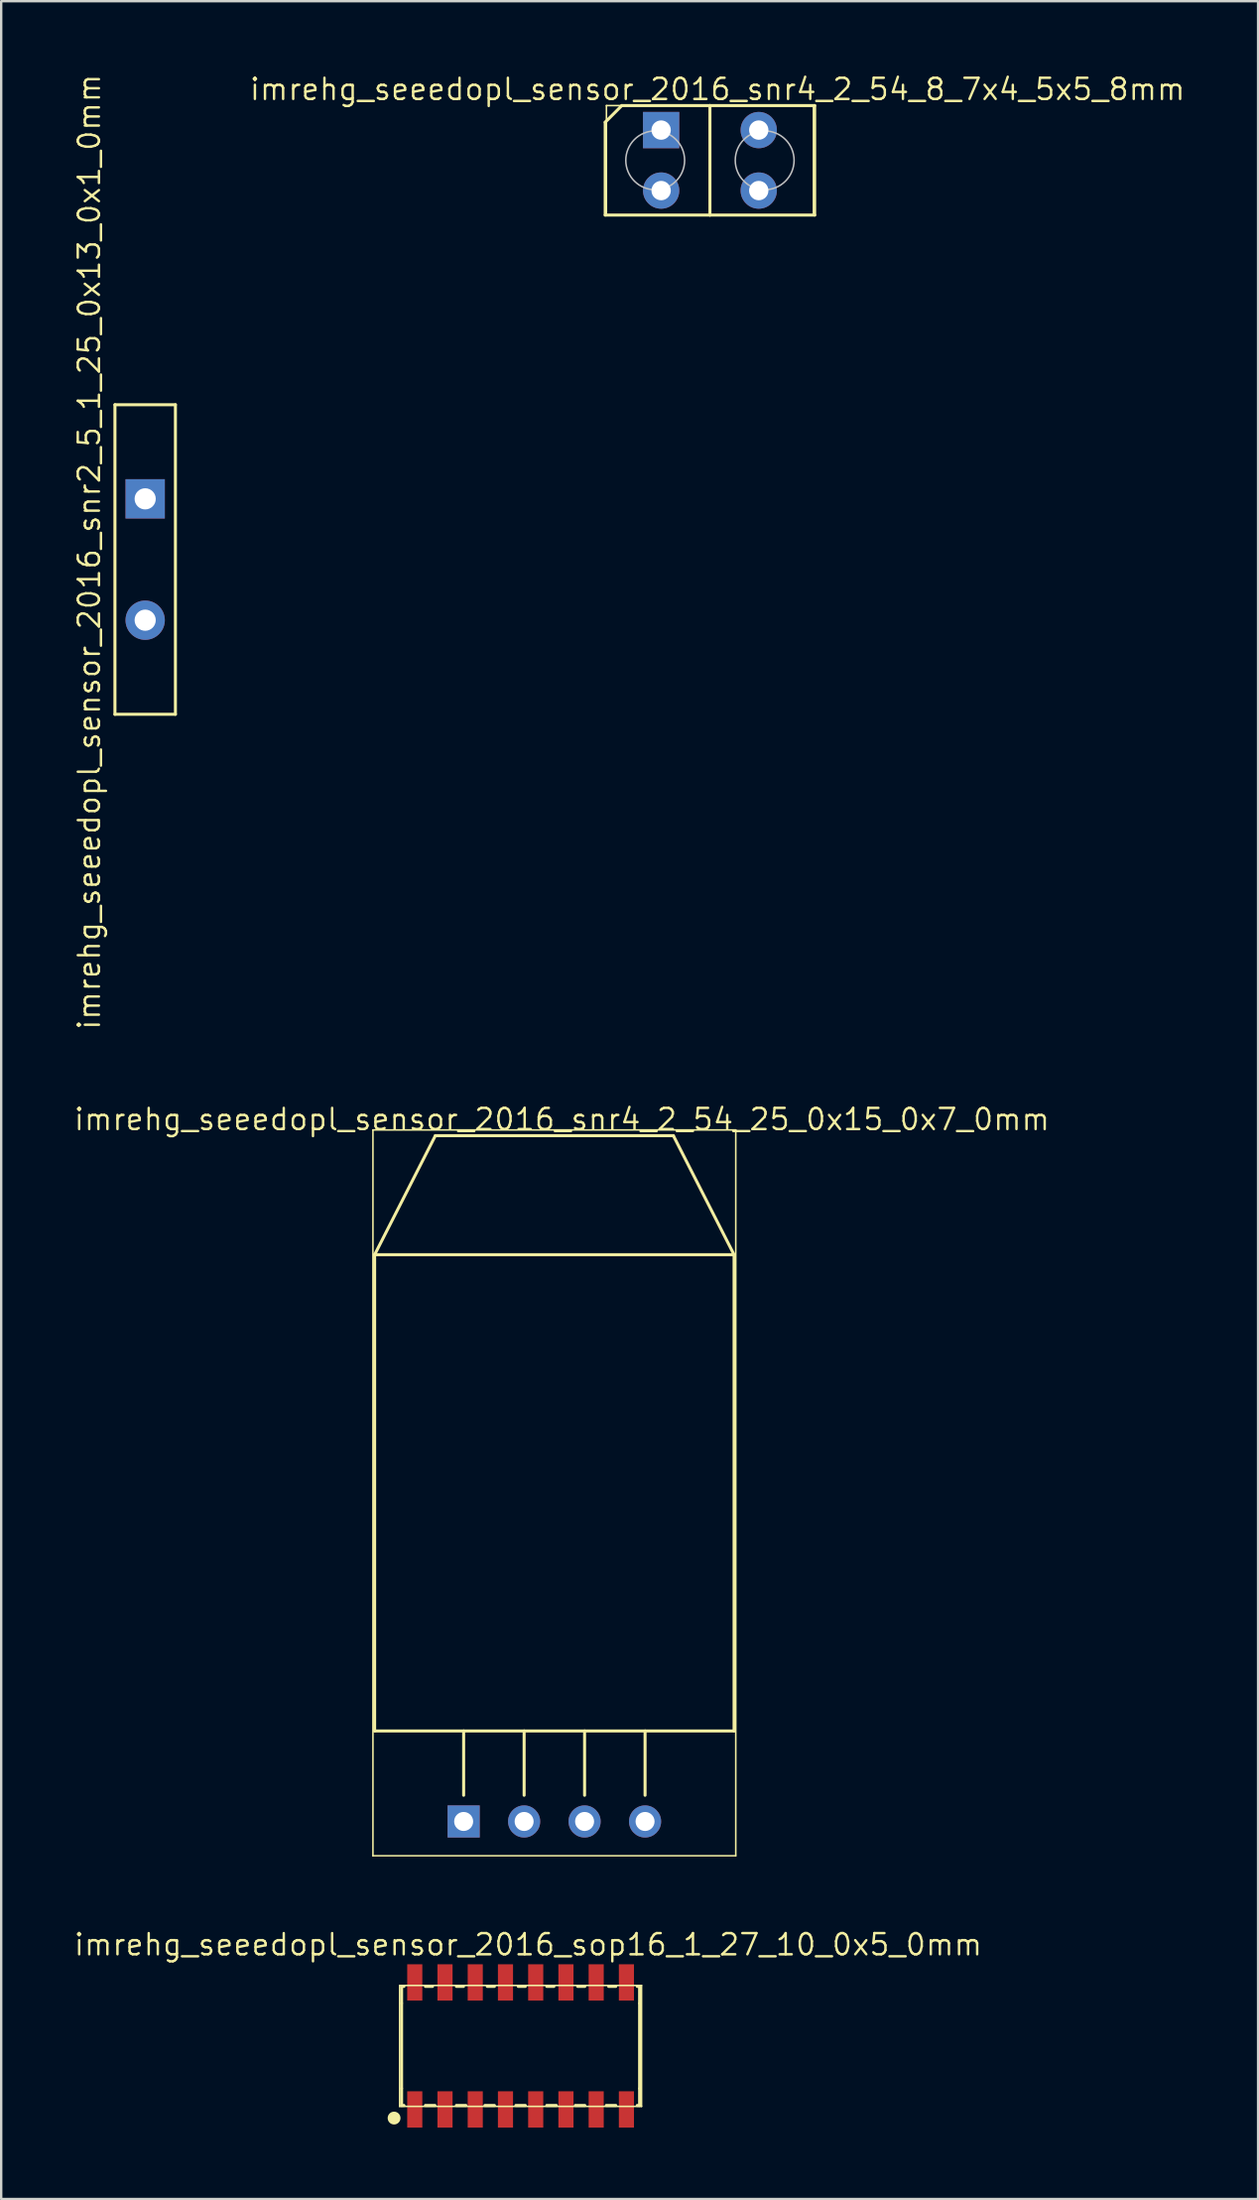
<source format=kicad_pcb>
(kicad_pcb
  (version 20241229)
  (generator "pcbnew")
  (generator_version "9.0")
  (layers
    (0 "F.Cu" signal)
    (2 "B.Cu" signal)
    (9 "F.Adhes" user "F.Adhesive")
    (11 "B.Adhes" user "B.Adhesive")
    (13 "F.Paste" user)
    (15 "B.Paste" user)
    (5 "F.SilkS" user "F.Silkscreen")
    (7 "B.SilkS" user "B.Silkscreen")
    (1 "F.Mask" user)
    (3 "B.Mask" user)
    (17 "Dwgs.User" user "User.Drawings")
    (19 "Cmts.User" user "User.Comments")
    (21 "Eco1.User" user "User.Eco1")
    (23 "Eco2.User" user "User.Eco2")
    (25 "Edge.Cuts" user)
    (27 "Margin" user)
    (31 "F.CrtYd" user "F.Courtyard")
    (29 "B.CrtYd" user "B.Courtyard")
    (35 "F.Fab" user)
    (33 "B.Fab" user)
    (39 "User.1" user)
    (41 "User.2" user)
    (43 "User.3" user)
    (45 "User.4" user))
  (footprint "imrehg_seeedopl_sensor_2016_snr4_2_54_25_0x15_0x7_0mm"
    (layer "F.Cu")
    (at 20.235 59.642)
    (property "Reference" "imrehg_seeedopl_sensor_2016_snr4_2_54_25_0x15_0x7_0mm" (at 0.318 -15.684 0) (layer "F.SilkS") (effects (font (size 0.889 0.889) (thickness 0.102))))
    (attr exclude_from_pos_files exclude_from_bom)
    (fp_line (start -7.62 -15.24) (end 7.62 -15.24) (stroke (width 0.066) (type solid)) (layer "F.SilkS"))
    (fp_line (start -7.62 15.24) (end -7.62 -15.24) (stroke (width 0.066) (type solid)) (layer "F.SilkS"))
    (fp_line (start -7.62 15.24) (end 7.62 15.24) (stroke (width 0.066) (type solid)) (layer "F.SilkS"))
    (fp_line (start -7.549 -10) (end -4.999 -14.999) (stroke (width 0.127) (type solid)) (layer "F.SilkS"))
    (fp_line (start -7.549 -10) (end 7.549 -10) (stroke (width 0.127) (type solid)) (layer "F.SilkS"))
    (fp_line (start -7.549 10) (end -7.549 -10) (stroke (width 0.127) (type solid)) (layer "F.SilkS"))
    (fp_line (start -4.999 -14.999) (end 4.999 -14.999) (stroke (width 0.127) (type solid)) (layer "F.SilkS"))
    (fp_line (start -3.81 10) (end -7.549 10) (stroke (width 0.127) (type solid)) (layer "F.SilkS"))
    (fp_line (start -3.81 12.7) (end -3.81 10) (stroke (width 0.127) (type solid)) (layer "F.SilkS"))
    (fp_line (start -1.27 10) (end -3.81 10) (stroke (width 0.127) (type solid)) (layer "F.SilkS"))
    (fp_line (start -1.27 12.7) (end -1.27 10) (stroke (width 0.127) (type solid)) (layer "F.SilkS"))
    (fp_line (start 1.27 10) (end -1.27 10) (stroke (width 0.127) (type solid)) (layer "F.SilkS"))
    (fp_line (start 1.27 12.7) (end 1.27 10) (stroke (width 0.127) (type solid)) (layer "F.SilkS"))
    (fp_line (start 3.81 10) (end 1.27 10) (stroke (width 0.127) (type solid)) (layer "F.SilkS"))
    (fp_line (start 3.81 12.7) (end 3.81 10) (stroke (width 0.127) (type solid)) (layer "F.SilkS"))
    (fp_line (start 4.999 -14.999) (end 7.549 -10) (stroke (width 0.127) (type solid)) (layer "F.SilkS"))
    (fp_line (start 7.549 -10) (end 7.549 10) (stroke (width 0.127) (type solid)) (layer "F.SilkS"))
    (fp_line (start 7.549 10) (end 3.81 10) (stroke (width 0.127) (type solid)) (layer "F.SilkS"))
    (fp_line (start 7.62 15.24) (end 7.62 -15.24) (stroke (width 0.066) (type solid)) (layer "F.SilkS"))
    (pad "P$1" thru_hole rect (at -3.81 13.8) (size 1.349 1.349) (drill 0.798) (layers "*.Cu" "*.Paste" "*.Mask"))
    (pad "P$2" thru_hole circle (at -1.27 13.8) (size 1.349 1.349) (drill 0.798) (layers "*.Cu" "*.Paste" "*.Mask"))
    (pad "P$3" thru_hole circle (at 1.27 13.8) (size 1.349 1.349) (drill 0.798) (layers "*.Cu" "*.Paste" "*.Mask"))
    (pad "P$4" thru_hole circle (at 3.81 13.8) (size 1.349 1.349) (drill 0.798) (layers "*.Cu" "*.Paste" "*.Mask")))
  (footprint "imrehg_seeedopl_sensor_2016_snr2_5_1_25_0x13_0x1_0mm"
    (layer "F.Cu")
    (at 3.048 20.447)
    (property "Reference" "imrehg_seeedopl_sensor_2016_snr2_5_1_25_0x13_0x1_0mm" (at -2.349 -0.318 90) (layer "F.SilkS") (effects (font (size 0.889 0.889) (thickness 0.102))))
    (attr exclude_from_pos_files exclude_from_bom)
    (fp_line (start -1.27 -6.5) (end 1.27 -6.5) (stroke (width 0.127) (type solid)) (layer "F.SilkS"))
    (fp_line (start -1.27 6.5) (end -1.27 -6.5) (stroke (width 0.127) (type solid)) (layer "F.SilkS"))
    (fp_line (start 1.27 -6.5) (end 1.27 6.5) (stroke (width 0.127) (type solid)) (layer "F.SilkS"))
    (fp_line (start 1.27 6.5) (end -1.27 6.5) (stroke (width 0.127) (type solid)) (layer "F.SilkS"))
    (pad "1" thru_hole rect (at 0 -2.548) (size 1.651 1.651) (drill 0.889) (layers "*.Cu" "*.Paste" "*.Mask"))
    (pad "2" thru_hole circle (at 0 2.548) (size 1.651 1.651) (drill 0.889) (layers "*.Cu" "*.Paste" "*.Mask")))
  (footprint "imrehg_seeedopl_sensor_2016_sop16_1_27_10_0x5_0mm"
    (layer "F.Cu")
    (at 18.817 82.868)
    (property "Reference" "imrehg_seeedopl_sensor_2016_sop16_1_27_10_0x5_0mm" (at 0.318 -4.255 0) (layer "F.SilkS") (effects (font (size 0.889 0.889) (thickness 0.102))))
    (attr smd)
    (fp_line (start -5.08 -2.54) (end 5.08 -2.54) (stroke (width 0.066) (type solid)) (layer "F.SilkS"))
    (fp_line (start -5.08 2.54) (end -5.08 -2.54) (stroke (width 0.066) (type solid)) (layer "F.SilkS"))
    (fp_line (start -5.08 2.54) (end 5.08 2.54) (stroke (width 0.066) (type solid)) (layer "F.SilkS"))
    (fp_line (start -4.999 -2.499) (end -4.9 -2.499) (stroke (width 0.127) (type solid)) (layer "F.SilkS"))
    (fp_line (start -4.999 -1.798) (end -4.999 -2.499) (stroke (width 0.127) (type solid)) (layer "F.SilkS"))
    (fp_line (start -4.999 -1.778) (end -4.999 1.778) (stroke (width 0.127) (type solid)) (layer "F.SilkS"))
    (fp_line (start -4.999 1.798) (end -4.999 2.499) (stroke (width 0.127) (type solid)) (layer "F.SilkS"))
    (fp_line (start -4.999 2.499) (end -4.9 2.499) (stroke (width 0.127) (type solid)) (layer "F.SilkS"))
    (fp_line (start -3.998 2.499) (end -3.599 2.499) (stroke (width 0.127) (type solid)) (layer "F.SilkS"))
    (fp_line (start -3.698 -2.499) (end -3.998 -2.499) (stroke (width 0.127) (type solid)) (layer "F.SilkS"))
    (fp_line (start -2.697 2.499) (end -2.299 2.499) (stroke (width 0.127) (type solid)) (layer "F.SilkS"))
    (fp_line (start -2.398 -2.499) (end -2.697 -2.499) (stroke (width 0.127) (type solid)) (layer "F.SilkS"))
    (fp_line (start -1.499 2.499) (end -1.1 2.499) (stroke (width 0.127) (type solid)) (layer "F.SilkS"))
    (fp_line (start -1.1 -2.499) (end -1.4 -2.499) (stroke (width 0.127) (type solid)) (layer "F.SilkS"))
    (fp_line (start -0.198 2.499) (end 0.198 2.499) (stroke (width 0.127) (type solid)) (layer "F.SilkS"))
    (fp_line (start 0.198 -2.499) (end -0.099 -2.499) (stroke (width 0.127) (type solid)) (layer "F.SilkS"))
    (fp_line (start 1.1 2.499) (end 1.499 2.499) (stroke (width 0.127) (type solid)) (layer "F.SilkS"))
    (fp_line (start 1.4 -2.499) (end 1.1 -2.499) (stroke (width 0.127) (type solid)) (layer "F.SilkS"))
    (fp_line (start 2.299 2.499) (end 2.697 2.499) (stroke (width 0.127) (type solid)) (layer "F.SilkS"))
    (fp_line (start 2.697 -2.499) (end 2.398 -2.499) (stroke (width 0.127) (type solid)) (layer "F.SilkS"))
    (fp_line (start 3.599 2.499) (end 3.998 2.499) (stroke (width 0.127) (type solid)) (layer "F.SilkS"))
    (fp_line (start 3.998 -2.499) (end 3.698 -2.499) (stroke (width 0.127) (type solid)) (layer "F.SilkS"))
    (fp_line (start 4.999 -2.499) (end 4.9 -2.499) (stroke (width 0.127) (type solid)) (layer "F.SilkS"))
    (fp_line (start 4.999 -1.798) (end 4.999 -2.499) (stroke (width 0.127) (type solid)) (layer "F.SilkS"))
    (fp_line (start 4.999 -1.778) (end 4.999 1.778) (stroke (width 0.127) (type solid)) (layer "F.SilkS"))
    (fp_line (start 4.999 1.798) (end 4.999 2.499) (stroke (width 0.127) (type solid)) (layer "F.SilkS"))
    (fp_line (start 4.999 2.499) (end 4.9 2.499) (stroke (width 0.127) (type solid)) (layer "F.SilkS"))
    (fp_line (start 5.08 2.54) (end 5.08 -2.54) (stroke (width 0.066) (type solid)) (layer "F.SilkS"))
    (fp_circle (center -5.314 3.03) (end -5.504 3.221) (stroke (width 0) (type solid)) (fill yes) (layer "F.SilkS"))
    (pad "1" smd rect (at -4.445 2.667) (size 0.635 1.524) (layers "F.Cu" "F.Mask" "F.Paste"))
    (pad "2" smd rect (at -3.175 2.667) (size 0.635 1.524) (layers "F.Cu" "F.Mask" "F.Paste"))
    (pad "3" smd rect (at -1.905 2.667) (size 0.635 1.524) (layers "F.Cu" "F.Mask" "F.Paste"))
    (pad "4" smd rect (at -0.635 2.667) (size 0.635 1.524) (layers "F.Cu" "F.Mask" "F.Paste"))
    (pad "5" smd rect (at 0.635 2.667) (size 0.635 1.524) (layers "F.Cu" "F.Mask" "F.Paste"))
    (pad "6" smd rect (at 1.905 2.667) (size 0.635 1.524) (layers "F.Cu" "F.Mask" "F.Paste"))
    (pad "7" smd rect (at 3.175 2.667) (size 0.635 1.524) (layers "F.Cu" "F.Mask" "F.Paste"))
    (pad "8" smd rect (at 4.445 2.667) (size 0.635 1.524) (layers "F.Cu" "F.Mask" "F.Paste"))
    (pad "9" smd rect (at 4.445 -2.667) (size 0.635 1.524) (layers "F.Cu" "F.Mask" "F.Paste"))
    (pad "10" smd rect (at 3.175 -2.667) (size 0.635 1.524) (layers "F.Cu" "F.Mask" "F.Paste"))
    (pad "11" smd rect (at 1.905 -2.667) (size 0.635 1.524) (layers "F.Cu" "F.Mask" "F.Paste"))
    (pad "12" smd rect (at 0.635 -2.667) (size 0.635 1.524) (layers "F.Cu" "F.Mask" "F.Paste"))
    (pad "13" smd rect (at -0.635 -2.667) (size 0.635 1.524) (layers "F.Cu" "F.Mask" "F.Paste"))
    (pad "14" smd rect (at -1.905 -2.667) (size 0.635 1.524) (layers "F.Cu" "F.Mask" "F.Paste"))
    (pad "15" smd rect (at -3.175 -2.667) (size 0.635 1.524) (layers "F.Cu" "F.Mask" "F.Paste"))
    (pad "16" smd rect (at -4.445 -2.667) (size 0.635 1.524) (layers "F.Cu" "F.Mask" "F.Paste")))
  (footprint "imrehg_seeedopl_sensor_2016_snr4_2_54_8_7x4_5x5_8mm"
    (layer "F.Cu")
    (at 26.77 3.683)
    (property "Reference" "imrehg_seeedopl_sensor_2016_snr4_2_54_8_7x4_5x5_8mm" (at 0.318 -2.985 0) (layer "F.SilkS") (effects (font (size 0.889 0.889) (thickness 0.102))))
    (attr exclude_from_pos_files exclude_from_bom)
    (fp_line (start -4.399 -1.6) (end -3.701 -2.299) (stroke (width 0.127) (type solid)) (layer "F.SilkS"))
    (fp_line (start -4.399 2.299) (end -4.399 -1.6) (stroke (width 0.127) (type solid)) (layer "F.SilkS"))
    (fp_line (start -4.348 -2.299) (end 4.348 -2.299) (stroke (width 0.066) (type solid)) (layer "F.SilkS"))
    (fp_line (start -4.348 2.299) (end -4.348 -2.299) (stroke (width 0.066) (type solid)) (layer "F.SilkS"))
    (fp_line (start -4.348 2.299) (end 4.348 2.299) (stroke (width 0.066) (type solid)) (layer "F.SilkS"))
    (fp_line (start -3.701 -2.299) (end 0 -2.299) (stroke (width 0.127) (type solid)) (layer "F.SilkS"))
    (fp_line (start 0 -2.299) (end 0 2.299) (stroke (width 0.127) (type solid)) (layer "F.SilkS"))
    (fp_line (start 0 -2.299) (end 4.399 -2.299) (stroke (width 0.127) (type solid)) (layer "F.SilkS"))
    (fp_line (start 0 2.299) (end -4.399 2.299) (stroke (width 0.127) (type solid)) (layer "F.SilkS"))
    (fp_line (start 4.348 2.299) (end 4.348 -2.299) (stroke (width 0.066) (type solid)) (layer "F.SilkS"))
    (fp_line (start 4.399 -2.299) (end 4.399 2.299) (stroke (width 0.127) (type solid)) (layer "F.SilkS"))
    (fp_line (start 4.399 2.299) (end 0 2.299) (stroke (width 0.127) (type solid)) (layer "F.SilkS"))
    (fp_circle (center -2.299 0) (end -3.172 0.874) (stroke (width 0.064) (type solid)) (fill no) (layer "Dwgs.User"))
    (fp_circle (center 2.299 0) (end 3.172 0.874) (stroke (width 0.064) (type solid)) (fill no) (layer "Dwgs.User"))
    (pad "1" thru_hole rect (at -2.05 -1.27) (size 1.524 1.524) (drill 0.813) (layers "*.Cu" "*.Paste" "*.Mask"))
    (pad "2" thru_hole circle (at -2.05 1.27) (size 1.524 1.524) (drill 0.813) (layers "*.Cu" "*.Paste" "*.Mask"))
    (pad "3" thru_hole circle (at 2.05 -1.27) (size 1.524 1.524) (drill 0.813) (layers "*.Cu" "*.Paste" "*.Mask"))
    (pad "4" thru_hole circle (at 2.05 1.27) (size 1.524 1.524) (drill 0.813) (layers "*.Cu" "*.Paste" "*.Mask")))
  (gr_rect
    (start -3 -3)
    (end 49.794 89.297)
    (stroke (width 0.1) (type default))
    (fill no)
    (layer "Edge.Cuts")))
</source>
